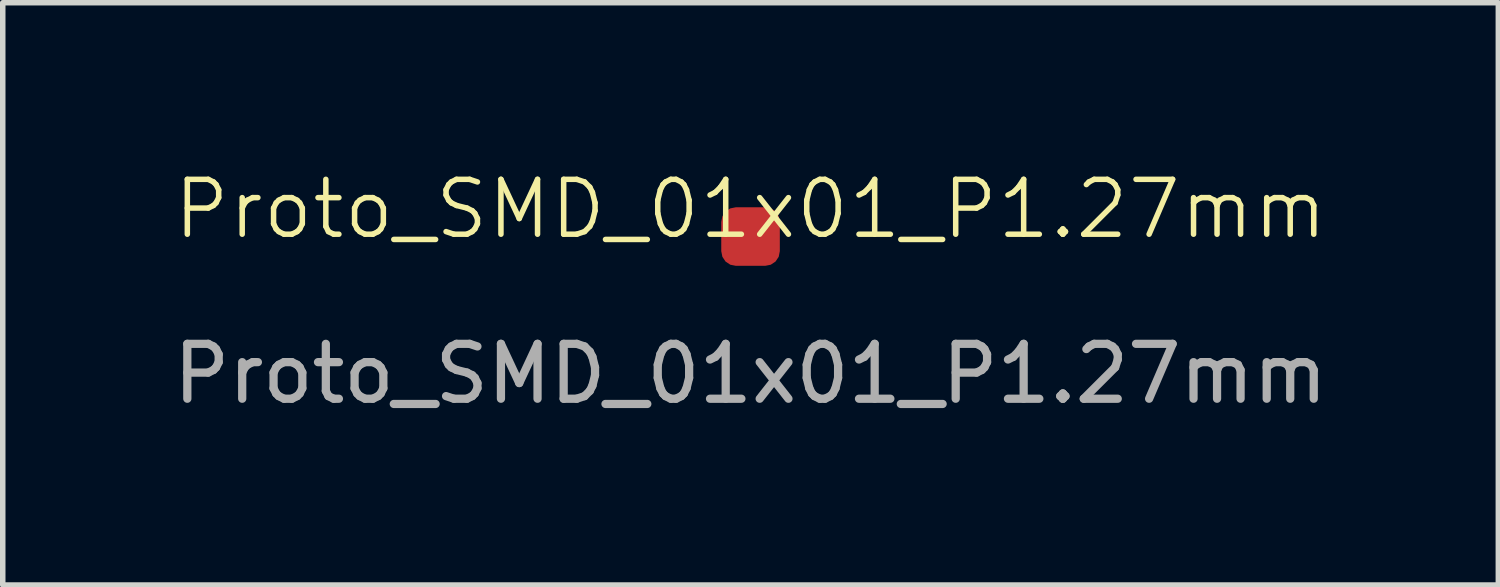
<source format=kicad_pcb>
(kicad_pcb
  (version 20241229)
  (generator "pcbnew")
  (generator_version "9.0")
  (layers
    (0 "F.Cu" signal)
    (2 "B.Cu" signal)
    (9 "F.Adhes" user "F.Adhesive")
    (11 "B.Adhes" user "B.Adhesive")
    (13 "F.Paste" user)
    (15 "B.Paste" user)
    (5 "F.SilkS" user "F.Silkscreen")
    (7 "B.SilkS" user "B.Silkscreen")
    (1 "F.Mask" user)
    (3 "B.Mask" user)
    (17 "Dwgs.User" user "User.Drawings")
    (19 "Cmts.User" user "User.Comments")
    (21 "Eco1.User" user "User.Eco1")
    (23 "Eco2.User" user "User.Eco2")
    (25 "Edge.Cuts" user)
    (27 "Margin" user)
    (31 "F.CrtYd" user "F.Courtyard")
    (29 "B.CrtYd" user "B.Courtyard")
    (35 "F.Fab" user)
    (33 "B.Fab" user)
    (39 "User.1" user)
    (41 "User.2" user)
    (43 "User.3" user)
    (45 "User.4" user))
  (footprint "Proto_SMD_01x01_P1.27mm"
    (layer "F.Cu")
    (at 10.625 1.26)
    (property "Reference" "Proto_SMD_01x01_P1.27mm" (at 0 -0.5 0) (unlocked yes) (layer "F.SilkS") (effects (font (size 1 1) (thickness 0.1))))
    (attr smd)
    (fp_text user "${REFERENCE}" (at 0 2.5 0) (unlocked yes) (layer "F.Fab") (effects (font (size 1 1) (thickness 0.15))))
    (pad "A1" smd roundrect (at 0 0) (size 1.067 1.067) (layers "F.Cu" "F.Mask" "F.Paste") (roundrect_rratio 0.25)))
  (gr_rect
    (start -3 -3)
    (end 24.25 7.609)
    (stroke (width 0.1) (type default))
    (fill no)
    (layer "Edge.Cuts")))
</source>
